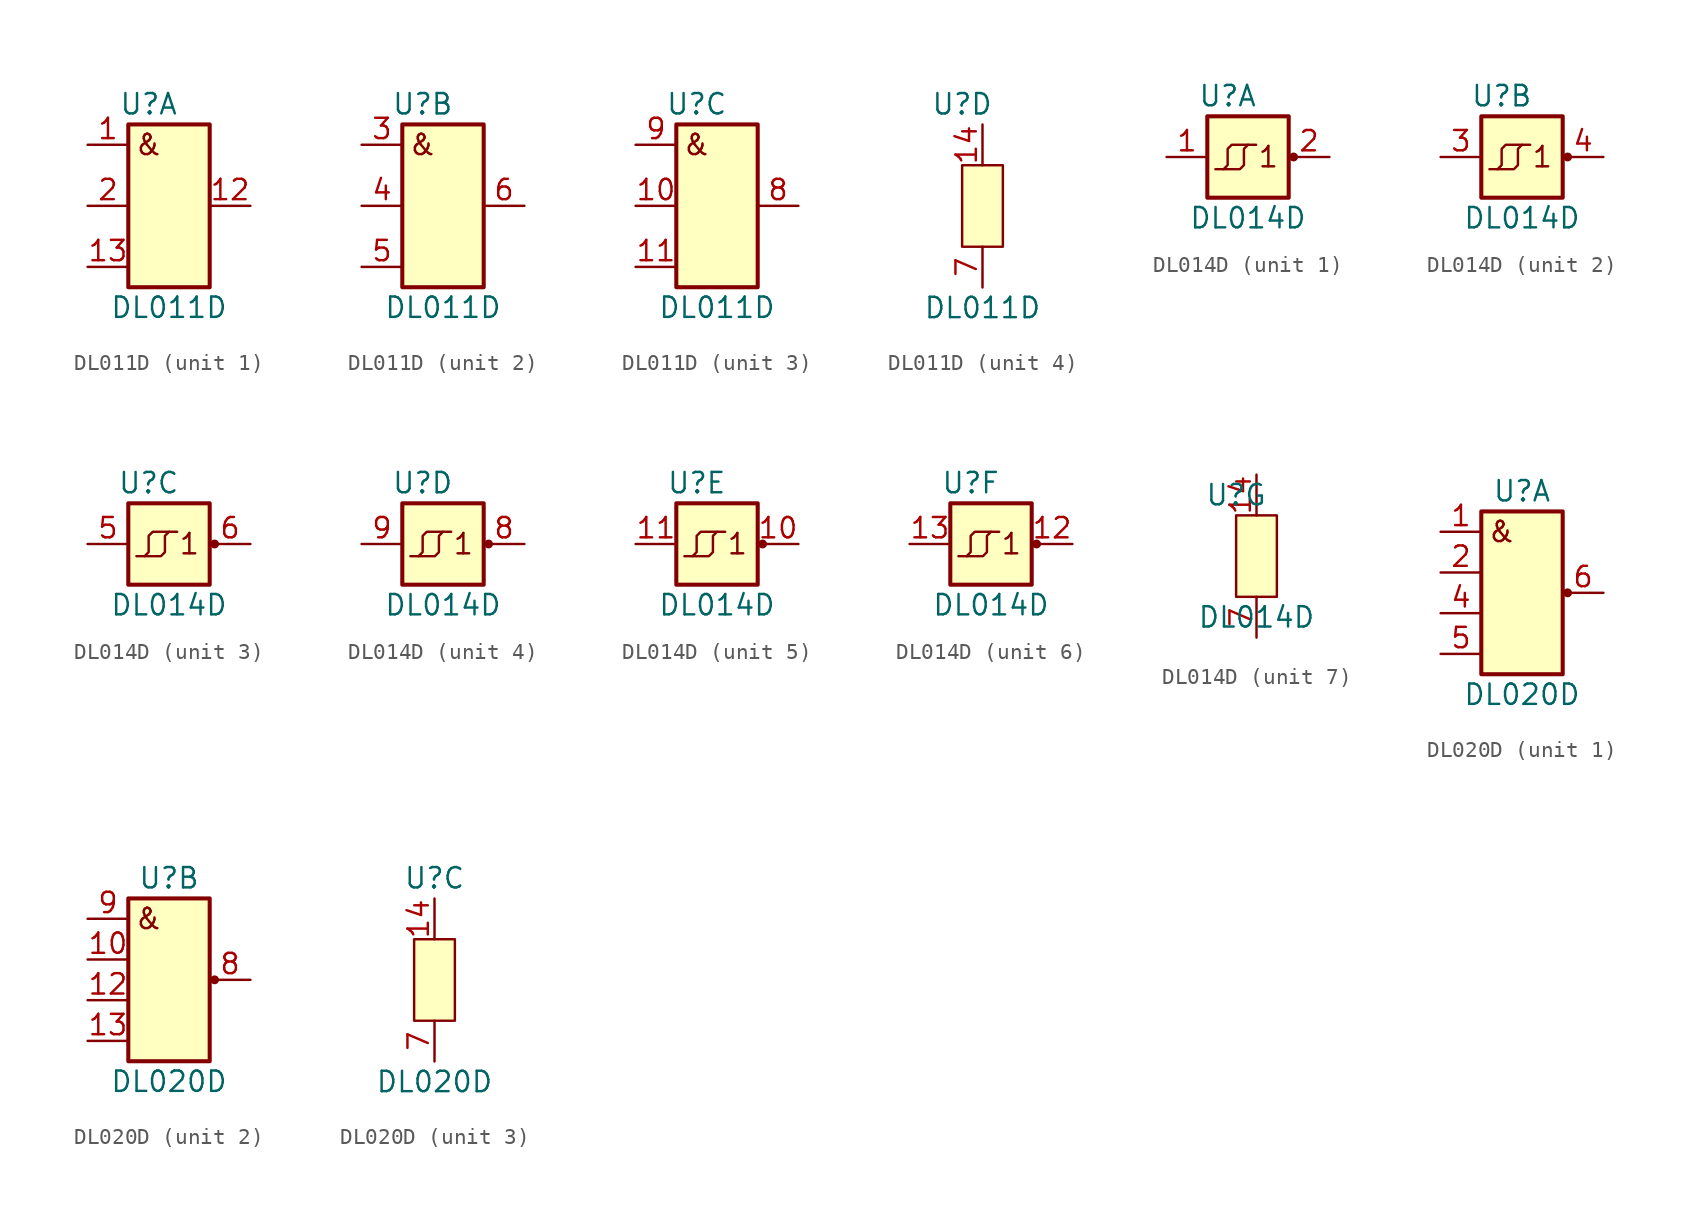
<source format=kicad_sym>
(kicad_symbol_lib
  (version 20211014)
  (generator kicad_symbol_editor)
  (symbol "DL011D"
    (pin_names
      (offset 1.016) hide)
    (property "Reference" "U"
      (at -1.27 6.35 0)
      (effects (font (size 1.27 1.27))))
    (property "Value" "DL011D"
      (at 0 -6.35 0)
      (effects (font (size 1.27 1.27))))
    (property "ki_locked" ""
      (at 0 0 0)
      (effects (font (size 1.27 1.27))))
    (symbol "DL011D_1_0"
      (pin output line (at 5.08 0 180) (length 2.54) (name "Y1" (effects (font (size 1.27 1.27)))) (number "12" (effects (font (size 1.27 1.27))))))
    (symbol "DL011D_1_1"
      (rectangle (start -2.54 5.08) (end 2.54 -5.08) (stroke (width 0.254) (type default) (color 0 0 0 0)) (fill (type background)))
      (text "&" (at -1.27 3.81 0) (effects (font (size 1.27 1.27))))
      (pin input line (at -5.08 3.81 0) (length 2.54) (name "A1" (effects (font (size 1.27 1.27)))) (number "1" (effects (font (size 1.27 1.27)))))
      (pin input line (at -5.08 -3.81 0) (length 2.54) (name "C1" (effects (font (size 1.27 1.27)))) (number "13" (effects (font (size 1.27 1.27)))))
      (pin input line (at -5.08 0 0) (length 2.54) (name "B1" (effects (font (size 1.27 1.27)))) (number "2" (effects (font (size 1.27 1.27))))))
    (symbol "DL011D_2_1"
      (rectangle (start -2.54 5.08) (end 2.54 -5.08) (stroke (width 0.254) (type default) (color 0 0 0 0)) (fill (type background)))
      (text "&" (at -1.27 3.81 0) (effects (font (size 1.27 1.27))))
      (pin input line (at -5.08 3.81 0) (length 2.54) (name "A2" (effects (font (size 1.27 1.27)))) (number "3" (effects (font (size 1.27 1.27)))))
      (pin input line (at -5.08 0 0) (length 2.54) (name "B2" (effects (font (size 1.27 1.27)))) (number "4" (effects (font (size 1.27 1.27)))))
      (pin input line (at -5.08 -3.81 0) (length 2.54) (name "C2" (effects (font (size 1.27 1.27)))) (number "5" (effects (font (size 1.27 1.27)))))
      (pin output line (at 5.08 0 180) (length 2.54) (name "Y2" (effects (font (size 1.27 1.27)))) (number "6" (effects (font (size 1.27 1.27))))))
    (symbol "DL011D_3_1"
      (rectangle (start -2.54 5.08) (end 2.54 -5.08) (stroke (width 0.254) (type default) (color 0 0 0 0)) (fill (type background)))
      (text "&" (at -1.27 3.81 0) (effects (font (size 1.27 1.27))))
      (pin input line (at -5.08 0 0) (length 2.54) (name "B3" (effects (font (size 1.27 1.27)))) (number "10" (effects (font (size 1.27 1.27)))))
      (pin input line (at -5.08 -3.81 0) (length 2.54) (name "C3" (effects (font (size 1.27 1.27)))) (number "11" (effects (font (size 1.27 1.27)))))
      (pin output line (at 5.08 0 180) (length 2.54) (name "Y3" (effects (font (size 1.27 1.27)))) (number "8" (effects (font (size 1.27 1.27)))))
      (pin input line (at -5.08 3.81 0) (length 2.54) (name "A3" (effects (font (size 1.27 1.27)))) (number "9" (effects (font (size 1.27 1.27))))))
    (symbol "DL011D_4_1"
      (rectangle (start -1.27 2.54) (end 1.27 -2.54) (stroke (width 0) (type default) (color 0 0 0 0)) (fill (type background)))
      (pin power_in line (at 0 5.08 270) (length 2.54) (name "Vcc" (effects (font (size 1.27 1.27)))) (number "14" (effects (font (size 1.27 1.27)))))
      (pin power_in line (at 0 -5.08 90) (length 2.54) (name "GND" (effects (font (size 1.27 1.27)))) (number "7" (effects (font (size 1.27 1.27)))))))
  (symbol "DL014D"
    (pin_names
      (offset 1.016) hide)
    (property "Reference" "U"
      (at -1.27 3.81 0)
      (effects (font (size 1.27 1.27))))
    (property "Value" "DL014D"
      (at 0 -3.81 0)
      (effects (font (size 1.27 1.27))))
    (property "ki_locked" ""
      (at 0 0 0)
      (effects (font (size 1.27 1.27))))
    (symbol "DL014D_1_0"
      (pin output line (at 5.08 0 180) (length 2.54) (name "Y1" (effects (font (size 1.27 1.27)))) (number "2" (effects (font (size 1.27 1.27))))))
    (symbol "DL014D_1_1"
      (rectangle (start -2.54 2.54) (end 2.54 -2.54) (stroke (width 0.254) (type default) (color 0 0 0 0)) (fill (type background)))
      (polyline (pts (xy 0 0.762) (xy -1.016 0.762) (xy -1.27 0.508) (xy -1.27 -0.508) (xy -1.524 -0.762)) (stroke (width 0) (type default) (color 0 0 0 0)) (fill (type none)))
      (polyline (pts (xy -2.032 -0.762) (xy -0.508 -0.762) (xy -0.254 -0.508) (xy -0.254 0.508) (xy 0 0.762) (xy 0.508 0.762)) (stroke (width 0) (type default) (color 0 0 0 0)) (fill (type none)))
      (circle (center 2.845 0) (radius 0.203) (stroke (width 0) (type default) (color 0 0 0 0)) (fill (type outline)))
      (text "1" (at 1.27 0 0) (effects (font (size 1.27 1.27))))
      (pin input line (at -5.08 0 0) (length 2.54) (name "A1" (effects (font (size 1.27 1.27)))) (number "1" (effects (font (size 1.27 1.27))))))
    (symbol "DL014D_2_1"
      (rectangle (start -2.54 2.54) (end 2.54 -2.54) (stroke (width 0.254) (type default) (color 0 0 0 0)) (fill (type background)))
      (polyline (pts (xy 0 0.762) (xy -1.016 0.762) (xy -1.27 0.508) (xy -1.27 -0.508) (xy -1.524 -0.762)) (stroke (width 0) (type default) (color 0 0 0 0)) (fill (type none)))
      (polyline (pts (xy -2.032 -0.762) (xy -0.508 -0.762) (xy -0.254 -0.508) (xy -0.254 0.508) (xy 0 0.762) (xy 0.508 0.762)) (stroke (width 0) (type default) (color 0 0 0 0)) (fill (type none)))
      (circle (center 2.845 0) (radius 0.203) (stroke (width 0) (type default) (color 0 0 0 0)) (fill (type outline)))
      (text "1" (at 1.27 0 0) (effects (font (size 1.27 1.27))))
      (pin input line (at -5.08 0 0) (length 2.54) (name "A2" (effects (font (size 1.27 1.27)))) (number "3" (effects (font (size 1.27 1.27)))))
      (pin output line (at 5.08 0 180) (length 2.54) (name "Y2" (effects (font (size 1.27 1.27)))) (number "4" (effects (font (size 1.27 1.27))))))
    (symbol "DL014D_3_1"
      (rectangle (start -2.54 2.54) (end 2.54 -2.54) (stroke (width 0.254) (type default) (color 0 0 0 0)) (fill (type background)))
      (polyline (pts (xy 0 0.762) (xy -1.016 0.762) (xy -1.27 0.508) (xy -1.27 -0.508) (xy -1.524 -0.762)) (stroke (width 0) (type default) (color 0 0 0 0)) (fill (type none)))
      (polyline (pts (xy -2.032 -0.762) (xy -0.508 -0.762) (xy -0.254 -0.508) (xy -0.254 0.508) (xy 0 0.762) (xy 0.508 0.762)) (stroke (width 0) (type default) (color 0 0 0 0)) (fill (type none)))
      (circle (center 2.845 0) (radius 0.203) (stroke (width 0) (type default) (color 0 0 0 0)) (fill (type outline)))
      (text "1" (at 1.27 0 0) (effects (font (size 1.27 1.27))))
      (pin input line (at -5.08 0 0) (length 2.54) (name "A3" (effects (font (size 1.27 1.27)))) (number "5" (effects (font (size 1.27 1.27)))))
      (pin output line (at 5.08 0 180) (length 2.54) (name "Y3" (effects (font (size 1.27 1.27)))) (number "6" (effects (font (size 1.27 1.27))))))
    (symbol "DL014D_4_1"
      (rectangle (start -2.54 2.54) (end 2.54 -2.54) (stroke (width 0.254) (type default) (color 0 0 0 0)) (fill (type background)))
      (polyline (pts (xy 0 0.762) (xy -1.016 0.762) (xy -1.27 0.508) (xy -1.27 -0.508) (xy -1.524 -0.762)) (stroke (width 0) (type default) (color 0 0 0 0)) (fill (type none)))
      (polyline (pts (xy -2.032 -0.762) (xy -0.508 -0.762) (xy -0.254 -0.508) (xy -0.254 0.508) (xy 0 0.762) (xy 0.508 0.762)) (stroke (width 0) (type default) (color 0 0 0 0)) (fill (type none)))
      (circle (center 2.845 0) (radius 0.203) (stroke (width 0) (type default) (color 0 0 0 0)) (fill (type outline)))
      (text "1" (at 1.27 0 0) (effects (font (size 1.27 1.27))))
      (pin output line (at 5.08 0 180) (length 2.54) (name "Y4" (effects (font (size 1.27 1.27)))) (number "8" (effects (font (size 1.27 1.27)))))
      (pin input line (at -5.08 0 0) (length 2.54) (name "A4" (effects (font (size 1.27 1.27)))) (number "9" (effects (font (size 1.27 1.27))))))
    (symbol "DL014D_5_1"
      (rectangle (start -2.54 2.54) (end 2.54 -2.54) (stroke (width 0.254) (type default) (color 0 0 0 0)) (fill (type background)))
      (polyline (pts (xy 0 0.762) (xy -1.016 0.762) (xy -1.27 0.508) (xy -1.27 -0.508) (xy -1.524 -0.762)) (stroke (width 0) (type default) (color 0 0 0 0)) (fill (type none)))
      (polyline (pts (xy -2.032 -0.762) (xy -0.508 -0.762) (xy -0.254 -0.508) (xy -0.254 0.508) (xy 0 0.762) (xy 0.508 0.762)) (stroke (width 0) (type default) (color 0 0 0 0)) (fill (type none)))
      (circle (center 2.845 0) (radius 0.203) (stroke (width 0) (type default) (color 0 0 0 0)) (fill (type outline)))
      (text "1" (at 1.27 0 0) (effects (font (size 1.27 1.27))))
      (pin output line (at 5.08 0 180) (length 2.54) (name "Y5" (effects (font (size 1.27 1.27)))) (number "10" (effects (font (size 1.27 1.27)))))
      (pin input line (at -5.08 0 0) (length 2.54) (name "A5" (effects (font (size 1.27 1.27)))) (number "11" (effects (font (size 1.27 1.27))))))
    (symbol "DL014D_6_1"
      (rectangle (start -2.54 2.54) (end 2.54 -2.54) (stroke (width 0.254) (type default) (color 0 0 0 0)) (fill (type background)))
      (polyline (pts (xy 0 0.762) (xy -1.016 0.762) (xy -1.27 0.508) (xy -1.27 -0.508) (xy -1.524 -0.762)) (stroke (width 0) (type default) (color 0 0 0 0)) (fill (type none)))
      (polyline (pts (xy -2.032 -0.762) (xy -0.508 -0.762) (xy -0.254 -0.508) (xy -0.254 0.508) (xy 0 0.762) (xy 0.508 0.762)) (stroke (width 0) (type default) (color 0 0 0 0)) (fill (type none)))
      (circle (center 2.845 0) (radius 0.203) (stroke (width 0) (type default) (color 0 0 0 0)) (fill (type outline)))
      (text "1" (at 1.27 0 0) (effects (font (size 1.27 1.27))))
      (pin output line (at 5.08 0 180) (length 2.54) (name "Y6" (effects (font (size 1.27 1.27)))) (number "12" (effects (font (size 1.27 1.27)))))
      (pin input line (at -5.08 0 0) (length 2.54) (name "A6" (effects (font (size 1.27 1.27)))) (number "13" (effects (font (size 1.27 1.27))))))
    (symbol "DL014D_7_1"
      (rectangle (start -1.27 2.54) (end 1.27 -2.54) (stroke (width 0) (type default) (color 0 0 0 0)) (fill (type background)))
      (pin power_in line (at 0 5.08 270) (length 2.54) (name "Vcc" (effects (font (size 1.27 1.27)))) (number "14" (effects (font (size 1.27 1.27)))))
      (pin power_in line (at 0 -5.08 90) (length 2.54) (name "GND" (effects (font (size 1.27 1.27)))) (number "7" (effects (font (size 1.27 1.27)))))))
  (symbol "DL020D"
    (pin_names
      (offset 1.016) hide)
    (property "Reference" "U"
      (at 0 6.35 0)
      (effects (font (size 1.27 1.27))))
    (property "Value" "DL020D"
      (at 0 -6.35 0)
      (effects (font (size 1.27 1.27))))
    (property "ki_locked" ""
      (at 0 0 0)
      (effects (font (size 1.27 1.27))))
    (symbol "DL020D_1_0"
      (pin output line (at 5.08 0 180) (length 2.54) (name "Y1" (effects (font (size 1.27 1.27)))) (number "6" (effects (font (size 1.27 1.27))))))
    (symbol "DL020D_1_1"
      (rectangle (start -2.54 5.08) (end 2.54 -5.08) (stroke (width 0.254) (type default) (color 0 0 0 0)) (fill (type background)))
      (circle (center 2.845 0) (radius 0.203) (stroke (width 0) (type default) (color 0 0 0 0)) (fill (type outline)))
      (text "&" (at -1.27 3.81 0) (effects (font (size 1.27 1.27))))
      (pin input line (at -5.08 3.81 0) (length 2.54) (name "A1" (effects (font (size 1.27 1.27)))) (number "1" (effects (font (size 1.27 1.27)))))
      (pin input line (at -5.08 1.27 0) (length 2.54) (name "B1" (effects (font (size 1.27 1.27)))) (number "2" (effects (font (size 1.27 1.27)))))
      (pin no_connect line (at 5.08 2.54 180) (length 2.54) hide (name "n.c." (effects (font (size 1.27 1.27)))) (number "3" (effects (font (size 1.27 1.27)))))
      (pin input line (at -5.08 -1.27 0) (length 2.54) (name "C1" (effects (font (size 1.27 1.27)))) (number "4" (effects (font (size 1.27 1.27)))))
      (pin input line (at -5.08 -3.81 0) (length 2.54) (name "D1" (effects (font (size 1.27 1.27)))) (number "5" (effects (font (size 1.27 1.27))))))
    (symbol "DL020D_2_1"
      (rectangle (start -2.54 5.08) (end 2.54 -5.08) (stroke (width 0.254) (type default) (color 0 0 0 0)) (fill (type background)))
      (circle (center 2.845 0) (radius 0.203) (stroke (width 0) (type default) (color 0 0 0 0)) (fill (type outline)))
      (text "&" (at -1.27 3.81 0) (effects (font (size 1.27 1.27))))
      (pin input line (at -5.08 1.27 0) (length 2.54) (name "B2" (effects (font (size 1.27 1.27)))) (number "10" (effects (font (size 1.27 1.27)))))
      (pin no_connect line (at 5.08 2.54 180) (length 2.54) hide (name "n.c." (effects (font (size 1.27 1.27)))) (number "11" (effects (font (size 1.27 1.27)))))
      (pin input line (at -5.08 -1.27 0) (length 2.54) (name "C2" (effects (font (size 1.27 1.27)))) (number "12" (effects (font (size 1.27 1.27)))))
      (pin input line (at -5.08 -3.81 0) (length 2.54) (name "D2" (effects (font (size 1.27 1.27)))) (number "13" (effects (font (size 1.27 1.27)))))
      (pin output line (at 5.08 0 180) (length 2.54) (name "Y2" (effects (font (size 1.27 1.27)))) (number "8" (effects (font (size 1.27 1.27)))))
      (pin input line (at -5.08 3.81 0) (length 2.54) (name "A2" (effects (font (size 1.27 1.27)))) (number "9" (effects (font (size 1.27 1.27))))))
    (symbol "DL020D_3_1"
      (rectangle (start -1.27 2.54) (end 1.27 -2.54) (stroke (width 0) (type default) (color 0 0 0 0)) (fill (type background)))
      (pin power_in line (at 0 5.08 270) (length 2.54) (name "Vcc" (effects (font (size 1.27 1.27)))) (number "14" (effects (font (size 1.27 1.27)))))
      (pin power_in line (at 0 -5.08 90) (length 2.54) (name "GND" (effects (font (size 1.27 1.27)))) (number "7" (effects (font (size 1.27 1.27))))))))
</source>
